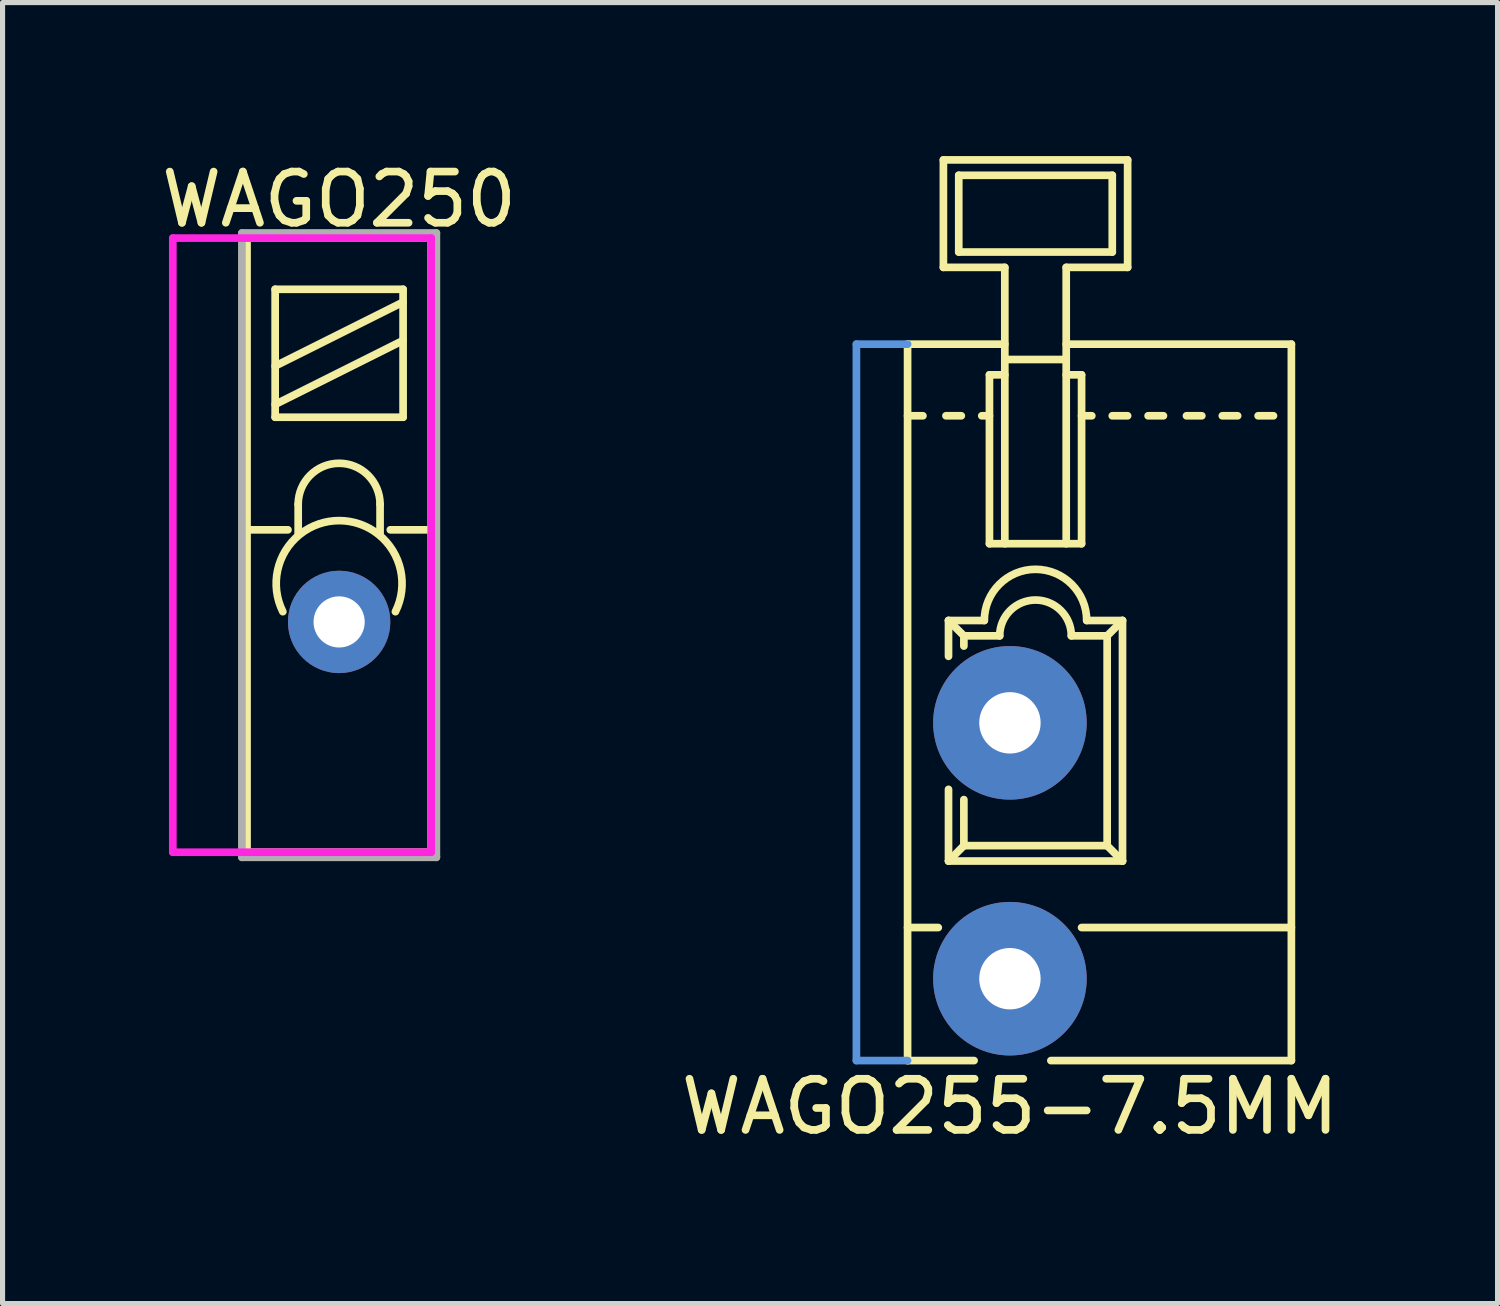
<source format=kicad_pcb>
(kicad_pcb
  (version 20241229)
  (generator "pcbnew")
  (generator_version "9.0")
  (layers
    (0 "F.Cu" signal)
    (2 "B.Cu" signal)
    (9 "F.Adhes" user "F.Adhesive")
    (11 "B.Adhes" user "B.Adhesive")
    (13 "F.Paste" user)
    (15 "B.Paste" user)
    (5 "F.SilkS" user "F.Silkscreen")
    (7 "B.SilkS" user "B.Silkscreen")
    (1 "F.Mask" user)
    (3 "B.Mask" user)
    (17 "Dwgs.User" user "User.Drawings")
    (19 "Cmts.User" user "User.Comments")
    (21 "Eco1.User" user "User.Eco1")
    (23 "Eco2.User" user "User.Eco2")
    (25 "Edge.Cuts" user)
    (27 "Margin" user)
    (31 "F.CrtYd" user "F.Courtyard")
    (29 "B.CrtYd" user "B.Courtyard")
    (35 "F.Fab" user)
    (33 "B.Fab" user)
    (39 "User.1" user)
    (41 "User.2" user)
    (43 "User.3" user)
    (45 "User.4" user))
  (footprint "WAGO255-7.5MM"
    (layer "F.Cu")
    (at 16.685 16.075)
    (property "Reference" "WAGO255-7.5MM" (at 0 2.5 0) (layer "F.SilkS") (effects (font (size 1 1) (thickness 0.15))))
    (attr through_hole)
    (fp_line (start -2 -12.4) (end -0.1 -12.4) (stroke (width 0.15) (type solid)) (layer "F.SilkS"))
    (fp_line (start -2 -1) (end -1.4 -1) (stroke (width 0.15) (type solid)) (layer "F.SilkS"))
    (fp_line (start -2 1.6) (end -2 -12.4) (stroke (width 0.15) (type solid)) (layer "F.SilkS"))
    (fp_line (start -2 1.6) (end -0.7 1.6) (stroke (width 0.15) (type solid)) (layer "F.SilkS"))
    (fp_line (start -1.7 -11) (end -2 -11) (stroke (width 0.15) (type solid)) (layer "F.SilkS"))
    (fp_line (start -1.3 -16) (end -1.3 -13.9) (stroke (width 0.15) (type solid)) (layer "F.SilkS"))
    (fp_line (start -1.3 -16) (end 2.3 -16) (stroke (width 0.15) (type solid)) (layer "F.SilkS"))
    (fp_line (start -1.3 -13.9) (end -0.1 -13.9) (stroke (width 0.15) (type solid)) (layer "F.SilkS"))
    (fp_line (start -1.2 -7) (end -0.899 -6.7) (stroke (width 0.15) (type solid)) (layer "F.SilkS"))
    (fp_line (start -1.2 -7) (end -0.501 -7) (stroke (width 0.15) (type solid)) (layer "F.SilkS"))
    (fp_line (start -1.2 -6.3) (end -1.2 -6.999) (stroke (width 0.15) (type solid)) (layer "F.SilkS"))
    (fp_line (start -1.2 -3.7) (end -1.2 -2.3) (stroke (width 0.15) (type solid)) (layer "F.SilkS"))
    (fp_line (start -1.199 -2.299) (end -0.9 -2.6) (stroke (width 0.15) (type solid)) (layer "F.SilkS"))
    (fp_line (start -1.199 -2.299) (end 2.2 -2.299) (stroke (width 0.15) (type solid)) (layer "F.SilkS"))
    (fp_line (start -1 -15.7) (end -1 -14.2) (stroke (width 0.15) (type solid)) (layer "F.SilkS"))
    (fp_line (start -1 -14.2) (end 2 -14.2) (stroke (width 0.15) (type solid)) (layer "F.SilkS"))
    (fp_line (start -0.95 -11) (end -1.25 -11) (stroke (width 0.15) (type solid)) (layer "F.SilkS"))
    (fp_line (start -0.9 -6.7) (end -0.9 -6.5) (stroke (width 0.15) (type solid)) (layer "F.SilkS"))
    (fp_line (start -0.9 -2.6) (end -0.9 -3.5) (stroke (width 0.15) (type solid)) (layer "F.SilkS"))
    (fp_line (start -0.9 -2.6) (end 1.9 -2.6) (stroke (width 0.15) (type solid)) (layer "F.SilkS"))
    (fp_line (start -0.899 -6.7) (end -0.2 -6.7) (stroke (width 0.15) (type solid)) (layer "F.SilkS"))
    (fp_line (start -0.4 -11.8) (end -0.4 -8.5) (stroke (width 0.15) (type solid)) (layer "F.SilkS"))
    (fp_line (start -0.4 -11) (end -0.55 -11) (stroke (width 0.15) (type solid)) (layer "F.SilkS"))
    (fp_line (start -0.4 -8.5) (end 1.4 -8.5) (stroke (width 0.15) (type solid)) (layer "F.SilkS"))
    (fp_line (start -0.1 -13.9) (end -0.1 -8.5) (stroke (width 0.15) (type solid)) (layer "F.SilkS"))
    (fp_line (start -0.1 -12.1) (end 1.1 -12.1) (stroke (width 0.15) (type solid)) (layer "F.SilkS"))
    (fp_line (start -0.1 -11.8) (end -0.4 -11.8) (stroke (width 0.15) (type solid)) (layer "F.SilkS"))
    (fp_line (start 0.8 1.6) (end 5.5 1.6) (stroke (width 0.15) (type solid)) (layer "F.SilkS"))
    (fp_line (start 1.1 -13.9) (end 1.1 -8.5) (stroke (width 0.15) (type solid)) (layer "F.SilkS"))
    (fp_line (start 1.1 -13.9) (end 2.3 -13.9) (stroke (width 0.15) (type solid)) (layer "F.SilkS"))
    (fp_line (start 1.1 -12.4) (end 5.5 -12.4) (stroke (width 0.15) (type solid)) (layer "F.SilkS"))
    (fp_line (start 1.2 -6.7) (end 1.899 -6.7) (stroke (width 0.15) (type solid)) (layer "F.SilkS"))
    (fp_line (start 1.4 -11.8) (end 1.1 -11.8) (stroke (width 0.15) (type solid)) (layer "F.SilkS"))
    (fp_line (start 1.4 -8.5) (end 1.4 -11.8) (stroke (width 0.15) (type solid)) (layer "F.SilkS"))
    (fp_line (start 1.5 -7) (end 2.199 -7) (stroke (width 0.15) (type solid)) (layer "F.SilkS"))
    (fp_line (start 1.6 -11) (end 1.4 -11) (stroke (width 0.15) (type solid)) (layer "F.SilkS"))
    (fp_line (start 1.899 -6.699) (end 2.199 -7) (stroke (width 0.15) (type solid)) (layer "F.SilkS"))
    (fp_line (start 1.9 -6.7) (end 1.9 -2.6) (stroke (width 0.15) (type solid)) (layer "F.SilkS"))
    (fp_line (start 2 -15.7) (end -1 -15.7) (stroke (width 0.15) (type solid)) (layer "F.SilkS"))
    (fp_line (start 2 -14.2) (end 2 -15.7) (stroke (width 0.15) (type solid)) (layer "F.SilkS"))
    (fp_line (start 2.2 -2.299) (end 1.9 -2.6) (stroke (width 0.15) (type solid)) (layer "F.SilkS"))
    (fp_line (start 2.2 -2.299) (end 2.2 -7) (stroke (width 0.15) (type solid)) (layer "F.SilkS"))
    (fp_line (start 2.3 -16) (end 2.3 -13.9) (stroke (width 0.15) (type solid)) (layer "F.SilkS"))
    (fp_line (start 2.3 -11) (end 2 -11) (stroke (width 0.15) (type solid)) (layer "F.SilkS"))
    (fp_line (start 3 -11) (end 2.7 -11) (stroke (width 0.15) (type solid)) (layer "F.SilkS"))
    (fp_line (start 3.75 -11) (end 3.45 -11) (stroke (width 0.15) (type solid)) (layer "F.SilkS"))
    (fp_line (start 4.45 -11) (end 4.15 -11) (stroke (width 0.15) (type solid)) (layer "F.SilkS"))
    (fp_line (start 5.15 -11) (end 4.85 -11) (stroke (width 0.15) (type solid)) (layer "F.SilkS"))
    (fp_line (start 5.5 -12.4) (end 5.5 1.6) (stroke (width 0.15) (type solid)) (layer "F.SilkS"))
    (fp_line (start 5.5 -1) (end 1.4 -1) (stroke (width 0.15) (type solid)) (layer "F.SilkS"))
    (fp_arc (start -0.5 -7) (mid 0.5 -8) (end 1.5 -7) (stroke (width 0.15) (type solid)) (layer "F.SilkS"))
    (fp_arc (start -0.2 -6.7) (mid 0.5 -7.4) (end 1.2 -6.7) (stroke (width 0.15) (type solid)) (layer "F.SilkS"))
    (fp_line (start -3 -12.4) (end -2 -12.4) (stroke (width 0.15) (type solid)) (layer "Cmts.User"))
    (fp_line (start -3 1.6) (end -3 -12.4) (stroke (width 0.15) (type solid)) (layer "Cmts.User"))
    (fp_line (start -2 1.6) (end -3 1.6) (stroke (width 0.15) (type solid)) (layer "Cmts.User"))
    (pad "1" thru_hole circle (at 0 -5) (size 3 3) (drill 1.2) (layers "*.Cu" "*.Mask"))
    (pad "1" thru_hole circle (at 0 0) (size 3 3) (drill 1.2) (layers "*.Cu" "*.Mask")))
  (footprint "WAGO250"
    (layer "F.Cu")
    (at 3.577 9.103)
    (property "Reference" "WAGO250" (at 0 -8.255 0) (layer "F.SilkS") (effects (font (size 1 1) (thickness 0.15))))
    (attr through_hole)
    (fp_line (start -1.8 -7.5) (end -1.8 4.5) (stroke (width 0.15) (type solid)) (layer "F.SilkS"))
    (fp_line (start -1.8 -1.8) (end -1 -1.8) (stroke (width 0.15) (type solid)) (layer "F.SilkS"))
    (fp_line (start -1.8 4.5) (end 1.8 4.5) (stroke (width 0.15) (type solid)) (layer "F.SilkS"))
    (fp_line (start -1.25 -6.5) (end -1.25 -4) (stroke (width 0.15) (type solid)) (layer "F.SilkS"))
    (fp_line (start -1.25 -4.25) (end 1.25 -5.5) (stroke (width 0.15) (type solid)) (layer "F.SilkS"))
    (fp_line (start -1.25 -4) (end 1.25 -4) (stroke (width 0.15) (type solid)) (layer "F.SilkS"))
    (fp_line (start -0.8 -2.3) (end -0.8 -1.7) (stroke (width 0.15) (type solid)) (layer "F.SilkS"))
    (fp_line (start 0.8 -2.3) (end 0.8 -1.7) (stroke (width 0.15) (type solid)) (layer "F.SilkS"))
    (fp_line (start 1 -1.8) (end 1.8 -1.8) (stroke (width 0.15) (type solid)) (layer "F.SilkS"))
    (fp_line (start 1.25 -6.5) (end -1.25 -6.5) (stroke (width 0.15) (type solid)) (layer "F.SilkS"))
    (fp_line (start 1.25 -6.5) (end 1.25 -4) (stroke (width 0.15) (type solid)) (layer "F.SilkS"))
    (fp_line (start 1.25 -6.25) (end -1.25 -5) (stroke (width 0.15) (type solid)) (layer "F.SilkS"))
    (fp_line (start 1.8 -7.5) (end -1.8 -7.5) (stroke (width 0.15) (type solid)) (layer "F.SilkS"))
    (fp_line (start 1.8 4.5) (end 1.8 -7.5) (stroke (width 0.15) (type solid)) (layer "F.SilkS"))
    (fp_arc (start -1.1 -0.2) (mid 0 -1.979837) (end 1.1 -0.200001) (stroke (width 0.15) (type solid)) (layer "F.SilkS"))
    (fp_arc (start -0.8 -2.3) (mid 0 -3.1) (end 0.8 -2.3) (stroke (width 0.15) (type solid)) (layer "F.SilkS"))
    (fp_line (start -3.25 -7.5) (end 1.8 -7.5) (stroke (width 0.15) (type solid)) (layer "F.CrtYd"))
    (fp_line (start -3.25 4.5) (end -3.25 -7.5) (stroke (width 0.15) (type solid)) (layer "F.CrtYd"))
    (fp_line (start -3.25 4.5) (end 1.8 4.5) (stroke (width 0.15) (type solid)) (layer "F.CrtYd"))
    (fp_line (start 1.8 4.5) (end 1.8 -7.5) (stroke (width 0.15) (type solid)) (layer "F.CrtYd"))
    (fp_line (start -1.9 -7.6) (end 1.9 -7.6) (stroke (width 0.15) (type solid)) (layer "F.Fab"))
    (fp_line (start -1.9 4.6) (end -1.9 -7.6) (stroke (width 0.15) (type solid)) (layer "F.Fab"))
    (fp_line (start 1.9 -7.6) (end 1.9 4.6) (stroke (width 0.15) (type solid)) (layer "F.Fab"))
    (fp_line (start 1.9 4.6) (end -1.9 4.6) (stroke (width 0.15) (type solid)) (layer "F.Fab"))
    (pad "1" thru_hole circle (at 0 0) (size 2 2) (drill 1) (layers "*.Cu" "*.Mask")))
  (gr_rect
    (start -3 -3)
    (end 26.214 22.423)
    (stroke (width 0.1) (type default))
    (fill no)
    (layer "Edge.Cuts")))
</source>
